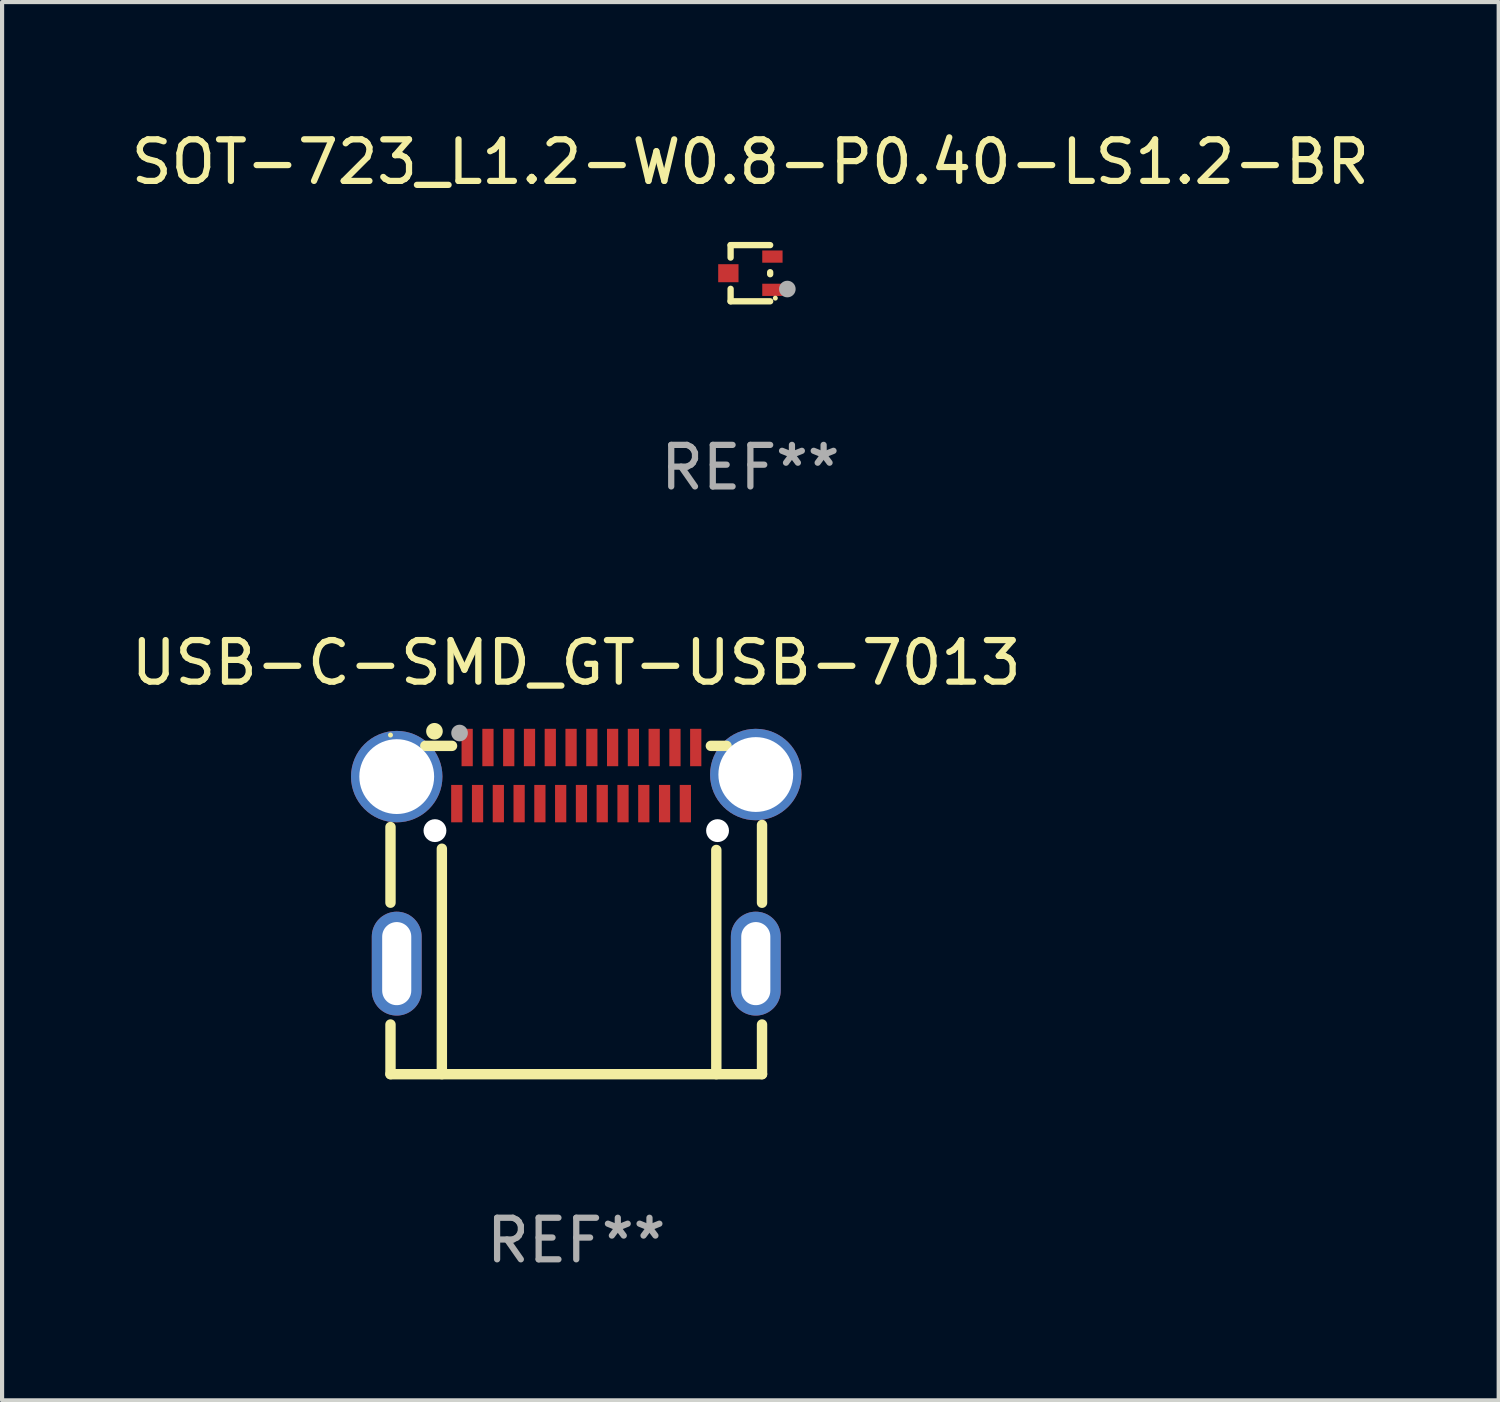
<source format=kicad_pcb>
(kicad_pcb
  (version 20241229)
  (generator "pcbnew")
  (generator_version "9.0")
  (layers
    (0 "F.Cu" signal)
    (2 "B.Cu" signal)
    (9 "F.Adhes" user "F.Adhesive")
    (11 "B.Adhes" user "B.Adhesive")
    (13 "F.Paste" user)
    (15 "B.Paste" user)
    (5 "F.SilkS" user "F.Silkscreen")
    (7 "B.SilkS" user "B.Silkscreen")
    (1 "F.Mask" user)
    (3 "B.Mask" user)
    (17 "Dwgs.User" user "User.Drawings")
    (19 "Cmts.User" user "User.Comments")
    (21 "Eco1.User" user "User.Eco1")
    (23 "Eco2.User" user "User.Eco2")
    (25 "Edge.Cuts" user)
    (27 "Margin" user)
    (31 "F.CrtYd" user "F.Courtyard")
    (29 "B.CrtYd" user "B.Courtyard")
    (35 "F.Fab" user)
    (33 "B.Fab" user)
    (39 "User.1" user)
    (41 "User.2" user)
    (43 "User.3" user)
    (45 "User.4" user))
  (footprint "SOT-723_L1.2-W0.8-P0.40-LS1.2-BR"
    (layer "F.Cu")
    (at 15.006 3.524)
    (property "Reference" "SOT-723_L1.2-W0.8-P0.40-LS1.2-BR" (at 0 -2.676 0) (layer "F.SilkS") (effects (font (size 1 1) (thickness 0.15))))
    (attr smd)
    (fp_line (start -0.476 -0.676) (end -0.476 -0.376) (stroke (width 0.152) (type solid)) (layer "F.SilkS"))
    (fp_line (start -0.476 0.676) (end -0.476 0.376) (stroke (width 0.152) (type solid)) (layer "F.SilkS"))
    (fp_line (start 0.476 -0.676) (end -0.476 -0.676) (stroke (width 0.152) (type solid)) (layer "F.SilkS"))
    (fp_line (start 0.476 -0.024) (end 0.476 0.024) (stroke (width 0.152) (type solid)) (layer "F.SilkS"))
    (fp_line (start 0.476 0.676) (end -0.476 0.676) (stroke (width 0.152) (type solid)) (layer "F.SilkS"))
    (fp_circle (center 0.6 0.6) (end 0.63 0.6) (stroke (width 0.06) (type solid)) (fill no) (layer "F.SilkS"))
    (fp_circle (center 0.889 0.381) (end 0.989 0.381) (stroke (width 0.2) (type solid)) (fill no) (layer "F.Fab"))
    (fp_text user "REF**" (at 0 4.676 0) (layer "F.Fab") (effects (font (size 1 1) (thickness 0.15))))
    (pad "1" smd rect (at 0.53 0.4) (size 0.489 0.294) (layers "F.Cu" "F.Mask" "F.Paste"))
    (pad "2" smd rect (at 0.53 -0.4) (size 0.489 0.294) (layers "F.Cu" "F.Mask" "F.Paste"))
    (pad "3" smd rect (at -0.53 0) (size 0.489 0.434) (layers "F.Cu" "F.Mask" "F.Paste")))
  (footprint "USB-C-SMD_GT-USB-7013"
    (layer "F.Cu")
    (at 10.816 17.537)
    (property "Reference" "USB-C-SMD_GT-USB-7013" (at -0.000114 -4.64 0) (layer "F.SilkS") (effects (font (size 1 1) (thickness 0.15))))
    (attr through_hole)
    (fp_line (start -4.47 1.134) (end -4.47 -0.687) (stroke (width 0.25) (type solid)) (layer "F.SilkS"))
    (fp_line (start -4.47 5.26) (end -4.47 4.065) (stroke (width 0.25) (type solid)) (layer "F.SilkS"))
    (fp_line (start -4.47 5.26) (end 4.47 5.26) (stroke (width 0.25) (type solid)) (layer "F.SilkS"))
    (fp_line (start -3.632 -2.64) (end -2.989 -2.64) (stroke (width 0.25) (type solid)) (layer "F.SilkS"))
    (fp_line (start -3.234 5.26) (end -3.234 -0.165) (stroke (width 0.25) (type solid)) (layer "F.SilkS"))
    (fp_line (start 3.239 -2.64) (end 3.616 -2.64) (stroke (width 0.25) (type solid)) (layer "F.SilkS"))
    (fp_line (start 3.37 5.26) (end 3.37 -0.135) (stroke (width 0.25) (type solid)) (layer "F.SilkS"))
    (fp_line (start 4.47 1.135) (end 4.47 -0.737) (stroke (width 0.25) (type solid)) (layer "F.SilkS"))
    (fp_line (start 4.47 5.26) (end 4.47 4.065) (stroke (width 0.25) (type solid)) (layer "F.SilkS"))
    (fp_circle (center -4.47 -2.9) (end -4.44 -2.9) (stroke (width 0.06) (type solid)) (fill no) (layer "F.SilkS"))
    (fp_circle (center -3.412 -2.991) (end -3.312 -2.991) (stroke (width 0.2) (type solid)) (fill no) (layer "F.SilkS"))
    (fp_circle (center -3.4 -0.6) (end -3.3 -0.6) (stroke (width 0.2) (type solid)) (fill no) (layer "F.Fab"))
    (fp_circle (center -2.808 -2.949) (end -2.708 -2.949) (stroke (width 0.2) (type solid)) (fill no) (layer "F.Fab"))
    (fp_circle (center 3.4 -0.6) (end 3.5 -0.6) (stroke (width 0.2) (type solid)) (fill no) (layer "F.Fab"))
    (fp_text user "REF**" (at -0.000114 9.26 0) (layer "F.Fab") (effects (font (size 1 1) (thickness 0.15))))
    (pad "" np_thru_hole circle (at -3.4 -0.6) (size 0.55 0.55) (drill 0.55) (layers "*.Cu" "*.Mask"))
    (pad "" np_thru_hole circle (at 3.4 -0.6) (size 0.55 0.55) (drill 0.55) (layers "*.Cu" "*.Mask"))
    (pad "1" smd rect (at -2.625 -2.6) (size 0.27 0.9) (layers "F.Cu" "F.Mask" "F.Paste"))
    (pad "2" smd rect (at -2.125 -2.6) (size 0.27 0.9) (layers "F.Cu" "F.Mask" "F.Paste"))
    (pad "3" smd rect (at -1.625 -2.6) (size 0.27 0.9) (layers "F.Cu" "F.Mask" "F.Paste"))
    (pad "4" smd rect (at -1.125 -2.6) (size 0.27 0.9) (layers "F.Cu" "F.Mask" "F.Paste"))
    (pad "5" smd rect (at -0.625 -2.6) (size 0.27 0.9) (layers "F.Cu" "F.Mask" "F.Paste"))
    (pad "6" smd rect (at -0.125 -2.6) (size 0.27 0.9) (layers "F.Cu" "F.Mask" "F.Paste"))
    (pad "7" smd rect (at 0.375 -2.6) (size 0.27 0.9) (layers "F.Cu" "F.Mask" "F.Paste"))
    (pad "8" smd rect (at 0.875 -2.6) (size 0.27 0.9) (layers "F.Cu" "F.Mask" "F.Paste"))
    (pad "9" smd rect (at 1.375 -2.6) (size 0.27 0.9) (layers "F.Cu" "F.Mask" "F.Paste"))
    (pad "10" smd rect (at 1.875 -2.6) (size 0.27 0.9) (layers "F.Cu" "F.Mask" "F.Paste"))
    (pad "11" smd rect (at 2.375 -2.6) (size 0.27 0.9) (layers "F.Cu" "F.Mask" "F.Paste"))
    (pad "12" smd rect (at 2.875 -2.6) (size 0.27 0.9) (layers "F.Cu" "F.Mask" "F.Paste"))
    (pad "13" smd rect (at 2.625 -1.25) (size 0.27 0.9) (layers "F.Cu" "F.Mask" "F.Paste"))
    (pad "14" smd rect (at 2.125 -1.25) (size 0.27 0.9) (layers "F.Cu" "F.Mask" "F.Paste"))
    (pad "15" smd rect (at 1.625 -1.25) (size 0.27 0.9) (layers "F.Cu" "F.Mask" "F.Paste"))
    (pad "16" smd rect (at 1.125 -1.25) (size 0.27 0.9) (layers "F.Cu" "F.Mask" "F.Paste"))
    (pad "17" smd rect (at 0.625 -1.25) (size 0.27 0.9) (layers "F.Cu" "F.Mask" "F.Paste"))
    (pad "18" smd rect (at 0.125 -1.25) (size 0.27 0.9) (layers "F.Cu" "F.Mask" "F.Paste"))
    (pad "19" smd rect (at -0.375 -1.25) (size 0.27 0.9) (layers "F.Cu" "F.Mask" "F.Paste"))
    (pad "20" smd rect (at -0.875 -1.25) (size 0.27 0.9) (layers "F.Cu" "F.Mask" "F.Paste"))
    (pad "21" smd rect (at -1.375 -1.25) (size 0.27 0.9) (layers "F.Cu" "F.Mask" "F.Paste"))
    (pad "22" smd rect (at -1.875 -1.25) (size 0.27 0.9) (layers "F.Cu" "F.Mask" "F.Paste"))
    (pad "23" smd rect (at -2.375 -1.25) (size 0.27 0.9) (layers "F.Cu" "F.Mask" "F.Paste"))
    (pad "24" smd rect (at -2.875 -1.25) (size 0.27 0.9) (layers "F.Cu" "F.Mask" "F.Paste"))
    (pad "25" thru_hole circle (at 4.32 -1.95) (size 2.2 2.2) (drill 1.8) (layers "*.Cu" "*.Mask"))
    (pad "26" thru_hole oval (at 4.32 2.6) (size 1.2 2.5) (drill oval 0.7 2) (layers "*.Cu" "*.Mask"))
    (pad "27" thru_hole oval (at -4.32 2.6) (size 1.2 2.5) (drill oval 0.7 2) (layers "*.Cu" "*.Mask"))
    (pad "28" thru_hole circle (at -4.32 -1.9) (size 2.2 2.2) (drill 1.8) (layers "*.Cu" "*.Mask")))
  (gr_rect
    (start -3 -3)
    (end 33.012 30.645)
    (stroke (width 0.1) (type default))
    (fill no)
    (layer "Edge.Cuts")))
</source>
